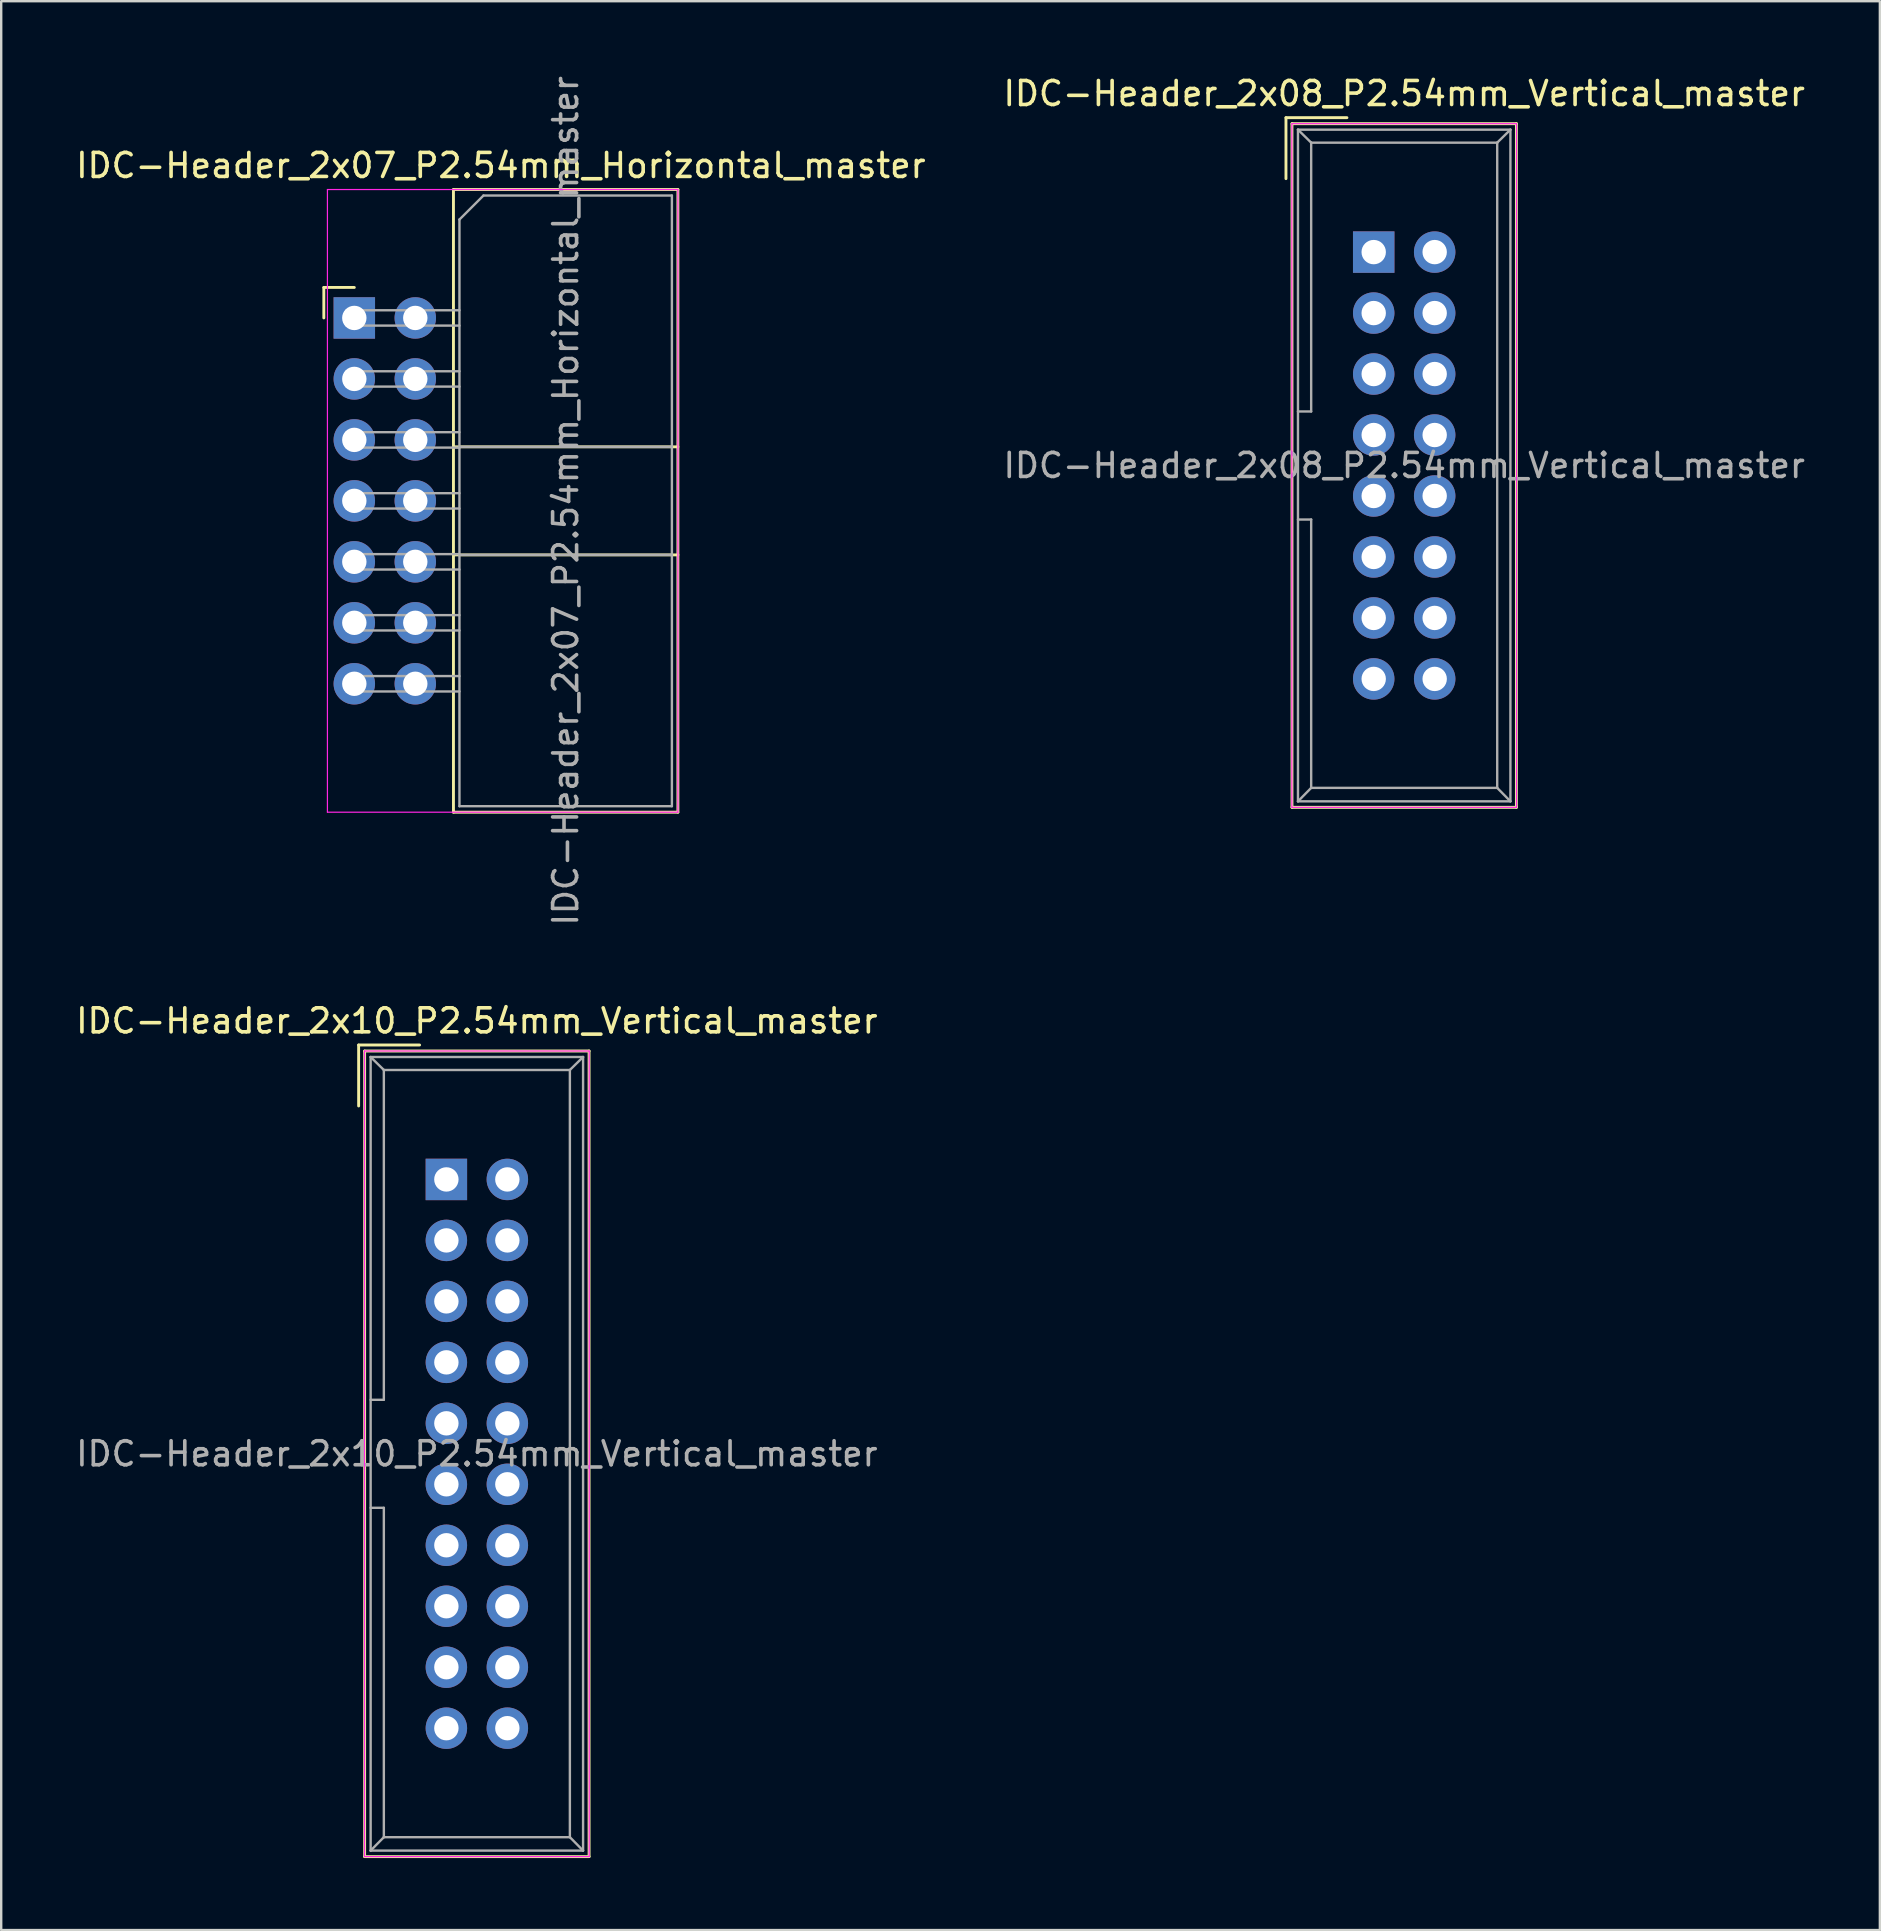
<source format=kicad_pcb>
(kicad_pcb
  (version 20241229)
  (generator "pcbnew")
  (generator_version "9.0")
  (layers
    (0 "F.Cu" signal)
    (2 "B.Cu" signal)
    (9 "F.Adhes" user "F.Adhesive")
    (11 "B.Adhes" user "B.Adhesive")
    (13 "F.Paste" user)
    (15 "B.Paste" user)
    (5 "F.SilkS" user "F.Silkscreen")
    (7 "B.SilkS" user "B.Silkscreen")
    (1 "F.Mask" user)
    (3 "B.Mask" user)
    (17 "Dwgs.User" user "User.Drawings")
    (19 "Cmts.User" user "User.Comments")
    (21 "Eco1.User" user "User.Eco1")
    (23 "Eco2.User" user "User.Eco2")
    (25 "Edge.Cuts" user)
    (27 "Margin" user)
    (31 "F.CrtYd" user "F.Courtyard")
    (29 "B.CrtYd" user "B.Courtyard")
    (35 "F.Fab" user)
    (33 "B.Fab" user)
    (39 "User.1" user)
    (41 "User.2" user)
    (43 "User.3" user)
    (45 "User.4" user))
  (footprint "IDC-Header_2x10_P2.54mm_Vertical_master"
    (layer "F.Cu")
    (at 15.545 46.083)
    (property "Reference" "IDC-Header_2x10_P2.54mm_Vertical_master" (at 1.27 -6.604 0) (layer "F.SilkS") (effects (font (size 1 1) (thickness 0.15))))
    (attr through_hole)
    (fp_line (start -3.655 -5.6) (end -3.655 -3.06) (stroke (width 0.12) (type solid)) (layer "F.SilkS"))
    (fp_line (start -3.655 -5.6) (end -1.115 -5.6) (stroke (width 0.12) (type solid)) (layer "F.SilkS"))
    (fp_line (start -3.405 -5.35) (end 5.945 -5.35) (stroke (width 0.12) (type solid)) (layer "F.SilkS"))
    (fp_line (start -3.405 28.21) (end -3.405 -5.35) (stroke (width 0.12) (type solid)) (layer "F.SilkS"))
    (fp_line (start 5.945 -5.35) (end 5.945 28.21) (stroke (width 0.12) (type solid)) (layer "F.SilkS"))
    (fp_line (start 5.945 28.21) (end -3.405 28.21) (stroke (width 0.12) (type solid)) (layer "F.SilkS"))
    (fp_line (start -3.41 -5.35) (end 5.95 -5.35) (stroke (width 0.05) (type solid)) (layer "F.CrtYd"))
    (fp_line (start -3.41 28.21) (end -3.41 -5.35) (stroke (width 0.05) (type solid)) (layer "F.CrtYd"))
    (fp_line (start 5.95 -5.35) (end 5.95 28.21) (stroke (width 0.05) (type solid)) (layer "F.CrtYd"))
    (fp_line (start 5.95 28.21) (end -3.41 28.21) (stroke (width 0.05) (type solid)) (layer "F.CrtYd"))
    (fp_line (start -3.155 -5.1) (end -3.155 27.96) (stroke (width 0.1) (type solid)) (layer "F.Fab"))
    (fp_line (start -3.155 -5.1) (end -2.605 -4.56) (stroke (width 0.1) (type solid)) (layer "F.Fab"))
    (fp_line (start -3.155 27.96) (end -2.605 27.4) (stroke (width 0.1) (type solid)) (layer "F.Fab"))
    (fp_line (start -2.605 -4.56) (end -2.605 9.18) (stroke (width 0.1) (type solid)) (layer "F.Fab"))
    (fp_line (start -2.605 9.18) (end -3.155 9.18) (stroke (width 0.1) (type solid)) (layer "F.Fab"))
    (fp_line (start -2.605 13.68) (end -3.155 13.68) (stroke (width 0.1) (type solid)) (layer "F.Fab"))
    (fp_line (start -2.605 13.68) (end -2.605 27.4) (stroke (width 0.1) (type solid)) (layer "F.Fab"))
    (fp_line (start 5.145 -4.56) (end -2.605 -4.56) (stroke (width 0.1) (type solid)) (layer "F.Fab"))
    (fp_line (start 5.145 -4.56) (end 5.145 27.4) (stroke (width 0.1) (type solid)) (layer "F.Fab"))
    (fp_line (start 5.145 27.4) (end -2.605 27.4) (stroke (width 0.1) (type solid)) (layer "F.Fab"))
    (fp_line (start 5.695 -5.1) (end -3.155 -5.1) (stroke (width 0.1) (type solid)) (layer "F.Fab"))
    (fp_line (start 5.695 -5.1) (end 5.145 -4.56) (stroke (width 0.1) (type solid)) (layer "F.Fab"))
    (fp_line (start 5.695 -5.1) (end 5.695 27.96) (stroke (width 0.1) (type solid)) (layer "F.Fab"))
    (fp_line (start 5.695 27.96) (end -3.155 27.96) (stroke (width 0.1) (type solid)) (layer "F.Fab"))
    (fp_line (start 5.695 27.96) (end 5.145 27.4) (stroke (width 0.1) (type solid)) (layer "F.Fab"))
    (fp_text user "${REFERENCE}" (at 1.27 11.43 0) (layer "F.Fab") (effects (font (size 1 1) (thickness 0.15))))
    (pad "1" thru_hole rect (at 0 0) (size 1.727 1.727) (drill 1.016) (layers "*.Cu" "*.Mask"))
    (pad "2" thru_hole oval (at 2.54 0) (size 1.727 1.727) (drill 1.016) (layers "*.Cu" "*.Mask"))
    (pad "3" thru_hole oval (at 0 2.54) (size 1.727 1.727) (drill 1.016) (layers "*.Cu" "*.Mask"))
    (pad "4" thru_hole oval (at 2.54 2.54) (size 1.727 1.727) (drill 1.016) (layers "*.Cu" "*.Mask"))
    (pad "5" thru_hole oval (at 0 5.08) (size 1.727 1.727) (drill 1.016) (layers "*.Cu" "*.Mask"))
    (pad "6" thru_hole oval (at 2.54 5.08) (size 1.727 1.727) (drill 1.016) (layers "*.Cu" "*.Mask"))
    (pad "7" thru_hole oval (at 0 7.62) (size 1.727 1.727) (drill 1.016) (layers "*.Cu" "*.Mask"))
    (pad "8" thru_hole oval (at 2.54 7.62) (size 1.727 1.727) (drill 1.016) (layers "*.Cu" "*.Mask"))
    (pad "9" thru_hole oval (at 0 10.16) (size 1.727 1.727) (drill 1.016) (layers "*.Cu" "*.Mask"))
    (pad "10" thru_hole oval (at 2.54 10.16) (size 1.727 1.727) (drill 1.016) (layers "*.Cu" "*.Mask"))
    (pad "11" thru_hole oval (at 0 12.7) (size 1.727 1.727) (drill 1.016) (layers "*.Cu" "*.Mask"))
    (pad "12" thru_hole oval (at 2.54 12.7) (size 1.727 1.727) (drill 1.016) (layers "*.Cu" "*.Mask"))
    (pad "13" thru_hole oval (at 0 15.24) (size 1.727 1.727) (drill 1.016) (layers "*.Cu" "*.Mask"))
    (pad "14" thru_hole oval (at 2.54 15.24) (size 1.727 1.727) (drill 1.016) (layers "*.Cu" "*.Mask"))
    (pad "15" thru_hole oval (at 0 17.78) (size 1.727 1.727) (drill 1.016) (layers "*.Cu" "*.Mask"))
    (pad "16" thru_hole oval (at 2.54 17.78) (size 1.727 1.727) (drill 1.016) (layers "*.Cu" "*.Mask"))
    (pad "17" thru_hole oval (at 0 20.32) (size 1.727 1.727) (drill 1.016) (layers "*.Cu" "*.Mask"))
    (pad "18" thru_hole oval (at 2.54 20.32) (size 1.727 1.727) (drill 1.016) (layers "*.Cu" "*.Mask"))
    (pad "19" thru_hole oval (at 0 22.86) (size 1.727 1.727) (drill 1.016) (layers "*.Cu" "*.Mask"))
    (pad "20" thru_hole oval (at 2.54 22.86) (size 1.727 1.727) (drill 1.016) (layers "*.Cu" "*.Mask")))
  (footprint "IDC-Header_2x07_P2.54mm_Horizontal_master"
    (layer "F.Cu")
    (at 11.71 10.195)
    (property "Reference" "IDC-Header_2x07_P2.54mm_Horizontal_master" (at 6.105 -6.35 0) (layer "F.SilkS") (effects (font (size 1 1) (thickness 0.15))))
    (attr through_hole)
    (fp_line (start -1.27 -1.27) (end -1.27 0) (stroke (width 0.12) (type solid)) (layer "F.SilkS"))
    (fp_line (start 0 -1.27) (end -1.27 -1.27) (stroke (width 0.12) (type solid)) (layer "F.SilkS"))
    (fp_line (start 4.13 -5.35) (end 13.48 -5.35) (stroke (width 0.12) (type solid)) (layer "F.SilkS"))
    (fp_line (start 4.13 5.37) (end 13.48 5.37) (stroke (width 0.12) (type solid)) (layer "F.SilkS"))
    (fp_line (start 4.13 9.87) (end 13.48 9.87) (stroke (width 0.12) (type solid)) (layer "F.SilkS"))
    (fp_line (start 4.13 20.59) (end 4.13 -5.35) (stroke (width 0.12) (type solid)) (layer "F.SilkS"))
    (fp_line (start 4.13 20.59) (end 13.48 20.59) (stroke (width 0.12) (type solid)) (layer "F.SilkS"))
    (fp_line (start 13.48 -5.35) (end 13.48 20.59) (stroke (width 0.12) (type solid)) (layer "F.SilkS"))
    (fp_line (start -1.12 -5.35) (end 13.48 -5.35) (stroke (width 0.05) (type solid)) (layer "F.CrtYd"))
    (fp_line (start -1.12 20.59) (end -1.12 -5.35) (stroke (width 0.05) (type solid)) (layer "F.CrtYd"))
    (fp_line (start 13.48 -5.35) (end 13.48 20.59) (stroke (width 0.05) (type solid)) (layer "F.CrtYd"))
    (fp_line (start 13.48 20.59) (end -1.12 20.59) (stroke (width 0.05) (type solid)) (layer "F.CrtYd"))
    (fp_line (start -0.32 -0.32) (end -0.32 0.32) (stroke (width 0.1) (type solid)) (layer "F.Fab"))
    (fp_line (start -0.32 0.32) (end 4.38 0.32) (stroke (width 0.1) (type solid)) (layer "F.Fab"))
    (fp_line (start -0.32 2.22) (end -0.32 2.86) (stroke (width 0.1) (type solid)) (layer "F.Fab"))
    (fp_line (start -0.32 2.86) (end 4.38 2.86) (stroke (width 0.1) (type solid)) (layer "F.Fab"))
    (fp_line (start -0.32 4.76) (end -0.32 5.4) (stroke (width 0.1) (type solid)) (layer "F.Fab"))
    (fp_line (start -0.32 5.4) (end 4.38 5.4) (stroke (width 0.1) (type solid)) (layer "F.Fab"))
    (fp_line (start -0.32 7.3) (end -0.32 7.94) (stroke (width 0.1) (type solid)) (layer "F.Fab"))
    (fp_line (start -0.32 7.94) (end 4.38 7.94) (stroke (width 0.1) (type solid)) (layer "F.Fab"))
    (fp_line (start -0.32 9.84) (end -0.32 10.48) (stroke (width 0.1) (type solid)) (layer "F.Fab"))
    (fp_line (start -0.32 10.48) (end 4.38 10.48) (stroke (width 0.1) (type solid)) (layer "F.Fab"))
    (fp_line (start -0.32 12.38) (end -0.32 13.02) (stroke (width 0.1) (type solid)) (layer "F.Fab"))
    (fp_line (start -0.32 13.02) (end 4.38 13.02) (stroke (width 0.1) (type solid)) (layer "F.Fab"))
    (fp_line (start -0.32 14.92) (end -0.32 15.56) (stroke (width 0.1) (type solid)) (layer "F.Fab"))
    (fp_line (start -0.32 15.56) (end 4.38 15.56) (stroke (width 0.1) (type solid)) (layer "F.Fab"))
    (fp_line (start 4.38 -4.1) (end 5.38 -5.1) (stroke (width 0.1) (type solid)) (layer "F.Fab"))
    (fp_line (start 4.38 -0.32) (end -0.32 -0.32) (stroke (width 0.1) (type solid)) (layer "F.Fab"))
    (fp_line (start 4.38 2.22) (end -0.32 2.22) (stroke (width 0.1) (type solid)) (layer "F.Fab"))
    (fp_line (start 4.38 4.76) (end -0.32 4.76) (stroke (width 0.1) (type solid)) (layer "F.Fab"))
    (fp_line (start 4.38 5.37) (end 13.23 5.37) (stroke (width 0.1) (type solid)) (layer "F.Fab"))
    (fp_line (start 4.38 7.3) (end -0.32 7.3) (stroke (width 0.1) (type solid)) (layer "F.Fab"))
    (fp_line (start 4.38 9.84) (end -0.32 9.84) (stroke (width 0.1) (type solid)) (layer "F.Fab"))
    (fp_line (start 4.38 9.87) (end 13.23 9.87) (stroke (width 0.1) (type solid)) (layer "F.Fab"))
    (fp_line (start 4.38 12.38) (end -0.32 12.38) (stroke (width 0.1) (type solid)) (layer "F.Fab"))
    (fp_line (start 4.38 14.92) (end -0.32 14.92) (stroke (width 0.1) (type solid)) (layer "F.Fab"))
    (fp_line (start 4.38 20.34) (end 4.38 -4.1) (stroke (width 0.1) (type solid)) (layer "F.Fab"))
    (fp_line (start 4.38 20.34) (end 13.23 20.34) (stroke (width 0.1) (type solid)) (layer "F.Fab"))
    (fp_line (start 5.38 -5.1) (end 13.23 -5.1) (stroke (width 0.1) (type solid)) (layer "F.Fab"))
    (fp_line (start 13.23 20.34) (end 13.23 -5.1) (stroke (width 0.1) (type solid)) (layer "F.Fab"))
    (fp_text user "${REFERENCE}" (at 8.805 7.62 90) (layer "F.Fab") (effects (font (size 1 1) (thickness 0.15))))
    (pad "1" thru_hole rect (at 0 0) (size 1.727 1.727) (drill 1.016) (layers "*.Cu" "*.Mask"))
    (pad "2" thru_hole oval (at 2.54 0) (size 1.727 1.727) (drill 1.016) (layers "*.Cu" "*.Mask"))
    (pad "3" thru_hole oval (at 0 2.54) (size 1.727 1.727) (drill 1.016) (layers "*.Cu" "*.Mask"))
    (pad "4" thru_hole oval (at 2.54 2.54) (size 1.727 1.727) (drill 1.016) (layers "*.Cu" "*.Mask"))
    (pad "5" thru_hole oval (at 0 5.08) (size 1.727 1.727) (drill 1.016) (layers "*.Cu" "*.Mask"))
    (pad "6" thru_hole oval (at 2.54 5.08) (size 1.727 1.727) (drill 1.016) (layers "*.Cu" "*.Mask"))
    (pad "7" thru_hole oval (at 0 7.62) (size 1.727 1.727) (drill 1.016) (layers "*.Cu" "*.Mask"))
    (pad "8" thru_hole oval (at 2.54 7.62) (size 1.727 1.727) (drill 1.016) (layers "*.Cu" "*.Mask"))
    (pad "9" thru_hole oval (at 0 10.16) (size 1.727 1.727) (drill 1.016) (layers "*.Cu" "*.Mask"))
    (pad "10" thru_hole oval (at 2.54 10.16) (size 1.727 1.727) (drill 1.016) (layers "*.Cu" "*.Mask"))
    (pad "11" thru_hole oval (at 0 12.7) (size 1.727 1.727) (drill 1.016) (layers "*.Cu" "*.Mask"))
    (pad "12" thru_hole oval (at 2.54 12.7) (size 1.727 1.727) (drill 1.016) (layers "*.Cu" "*.Mask"))
    (pad "13" thru_hole oval (at 0 15.24) (size 1.727 1.727) (drill 1.016) (layers "*.Cu" "*.Mask"))
    (pad "14" thru_hole oval (at 2.54 15.24) (size 1.727 1.727) (drill 1.016) (layers "*.Cu" "*.Mask")))
  (footprint "IDC-Header_2x08_P2.54mm_Vertical_master"
    (layer "F.Cu")
    (at 54.176 7.452)
    (property "Reference" "IDC-Header_2x08_P2.54mm_Vertical_master" (at 1.27 -6.604 0) (layer "F.SilkS") (effects (font (size 1 1) (thickness 0.15))))
    (attr through_hole)
    (fp_line (start -3.655 -5.6) (end -3.655 -3.06) (stroke (width 0.12) (type solid)) (layer "F.SilkS"))
    (fp_line (start -3.655 -5.6) (end -1.115 -5.6) (stroke (width 0.12) (type solid)) (layer "F.SilkS"))
    (fp_line (start -3.405 -5.35) (end 5.945 -5.35) (stroke (width 0.12) (type solid)) (layer "F.SilkS"))
    (fp_line (start -3.405 23.13) (end -3.405 -5.35) (stroke (width 0.12) (type solid)) (layer "F.SilkS"))
    (fp_line (start 5.945 -5.35) (end 5.945 23.13) (stroke (width 0.12) (type solid)) (layer "F.SilkS"))
    (fp_line (start 5.945 23.13) (end -3.405 23.13) (stroke (width 0.12) (type solid)) (layer "F.SilkS"))
    (fp_line (start -3.41 -5.35) (end 5.95 -5.35) (stroke (width 0.05) (type solid)) (layer "F.CrtYd"))
    (fp_line (start -3.41 23.13) (end -3.41 -5.35) (stroke (width 0.05) (type solid)) (layer "F.CrtYd"))
    (fp_line (start 5.95 -5.35) (end 5.95 23.13) (stroke (width 0.05) (type solid)) (layer "F.CrtYd"))
    (fp_line (start 5.95 23.13) (end -3.41 23.13) (stroke (width 0.05) (type solid)) (layer "F.CrtYd"))
    (fp_line (start -3.155 -5.1) (end -3.155 22.88) (stroke (width 0.1) (type solid)) (layer "F.Fab"))
    (fp_line (start -3.155 -5.1) (end -2.605 -4.56) (stroke (width 0.1) (type solid)) (layer "F.Fab"))
    (fp_line (start -3.155 22.88) (end -2.605 22.32) (stroke (width 0.1) (type solid)) (layer "F.Fab"))
    (fp_line (start -2.605 -4.56) (end -2.605 6.64) (stroke (width 0.1) (type solid)) (layer "F.Fab"))
    (fp_line (start -2.605 6.64) (end -3.155 6.64) (stroke (width 0.1) (type solid)) (layer "F.Fab"))
    (fp_line (start -2.605 11.14) (end -3.155 11.14) (stroke (width 0.1) (type solid)) (layer "F.Fab"))
    (fp_line (start -2.605 11.14) (end -2.605 22.32) (stroke (width 0.1) (type solid)) (layer "F.Fab"))
    (fp_line (start 5.145 -4.56) (end -2.605 -4.56) (stroke (width 0.1) (type solid)) (layer "F.Fab"))
    (fp_line (start 5.145 -4.56) (end 5.145 22.32) (stroke (width 0.1) (type solid)) (layer "F.Fab"))
    (fp_line (start 5.145 22.32) (end -2.605 22.32) (stroke (width 0.1) (type solid)) (layer "F.Fab"))
    (fp_line (start 5.695 -5.1) (end -3.155 -5.1) (stroke (width 0.1) (type solid)) (layer "F.Fab"))
    (fp_line (start 5.695 -5.1) (end 5.145 -4.56) (stroke (width 0.1) (type solid)) (layer "F.Fab"))
    (fp_line (start 5.695 -5.1) (end 5.695 22.88) (stroke (width 0.1) (type solid)) (layer "F.Fab"))
    (fp_line (start 5.695 22.88) (end -3.155 22.88) (stroke (width 0.1) (type solid)) (layer "F.Fab"))
    (fp_line (start 5.695 22.88) (end 5.145 22.32) (stroke (width 0.1) (type solid)) (layer "F.Fab"))
    (fp_text user "${REFERENCE}" (at 1.27 8.89 0) (layer "F.Fab") (effects (font (size 1 1) (thickness 0.15))))
    (pad "1" thru_hole rect (at 0 0) (size 1.727 1.727) (drill 1.016) (layers "*.Cu" "*.Mask"))
    (pad "2" thru_hole oval (at 2.54 0) (size 1.727 1.727) (drill 1.016) (layers "*.Cu" "*.Mask"))
    (pad "3" thru_hole oval (at 0 2.54) (size 1.727 1.727) (drill 1.016) (layers "*.Cu" "*.Mask"))
    (pad "4" thru_hole oval (at 2.54 2.54) (size 1.727 1.727) (drill 1.016) (layers "*.Cu" "*.Mask"))
    (pad "5" thru_hole oval (at 0 5.08) (size 1.727 1.727) (drill 1.016) (layers "*.Cu" "*.Mask"))
    (pad "6" thru_hole oval (at 2.54 5.08) (size 1.727 1.727) (drill 1.016) (layers "*.Cu" "*.Mask"))
    (pad "7" thru_hole oval (at 0 7.62) (size 1.727 1.727) (drill 1.016) (layers "*.Cu" "*.Mask"))
    (pad "8" thru_hole oval (at 2.54 7.62) (size 1.727 1.727) (drill 1.016) (layers "*.Cu" "*.Mask"))
    (pad "9" thru_hole oval (at 0 10.16) (size 1.727 1.727) (drill 1.016) (layers "*.Cu" "*.Mask"))
    (pad "10" thru_hole oval (at 2.54 10.16) (size 1.727 1.727) (drill 1.016) (layers "*.Cu" "*.Mask"))
    (pad "11" thru_hole oval (at 0 12.7) (size 1.727 1.727) (drill 1.016) (layers "*.Cu" "*.Mask"))
    (pad "12" thru_hole oval (at 2.54 12.7) (size 1.727 1.727) (drill 1.016) (layers "*.Cu" "*.Mask"))
    (pad "13" thru_hole oval (at 0 15.24) (size 1.727 1.727) (drill 1.016) (layers "*.Cu" "*.Mask"))
    (pad "14" thru_hole oval (at 2.54 15.24) (size 1.727 1.727) (drill 1.016) (layers "*.Cu" "*.Mask"))
    (pad "15" thru_hole oval (at 0 17.78) (size 1.727 1.727) (drill 1.016) (layers "*.Cu" "*.Mask"))
    (pad "16" thru_hole oval (at 2.54 17.78) (size 1.727 1.727) (drill 1.016) (layers "*.Cu" "*.Mask")))
  (gr_rect
    (start -3 -3)
    (end 75.262 77.353)
    (stroke (width 0.1) (type default))
    (fill no)
    (layer "Edge.Cuts")))
</source>
